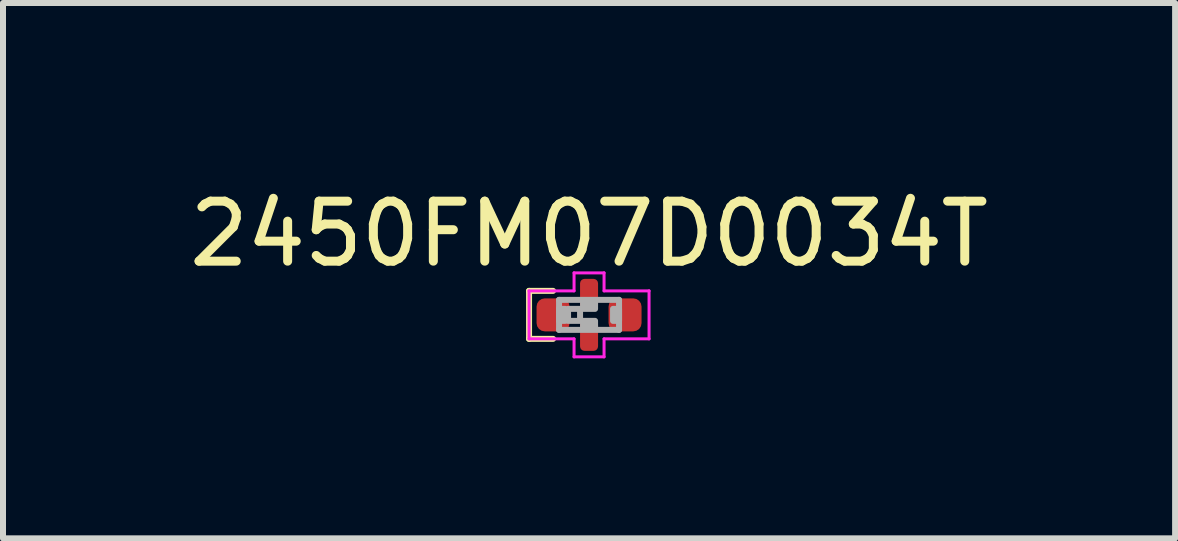
<source format=kicad_pcb>
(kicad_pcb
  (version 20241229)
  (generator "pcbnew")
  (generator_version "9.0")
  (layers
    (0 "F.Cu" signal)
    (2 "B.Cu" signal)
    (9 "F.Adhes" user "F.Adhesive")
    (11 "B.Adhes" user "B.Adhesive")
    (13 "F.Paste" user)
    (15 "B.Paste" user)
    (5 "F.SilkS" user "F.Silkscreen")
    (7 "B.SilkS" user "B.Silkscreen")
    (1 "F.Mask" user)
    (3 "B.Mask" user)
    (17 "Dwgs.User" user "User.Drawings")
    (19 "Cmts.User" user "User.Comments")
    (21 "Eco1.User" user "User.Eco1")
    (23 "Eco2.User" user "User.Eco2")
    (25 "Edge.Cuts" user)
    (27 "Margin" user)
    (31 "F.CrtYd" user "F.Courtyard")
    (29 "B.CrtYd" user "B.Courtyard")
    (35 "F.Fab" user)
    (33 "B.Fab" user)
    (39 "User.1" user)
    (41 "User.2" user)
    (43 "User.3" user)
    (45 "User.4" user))
  (footprint "2450FM07D0034T"
    (layer "F.Cu")
    (at 6.768 2.198)
    (property "Reference" "2450FM07D0034T" (at 0 -1.35 0) (layer "F.SilkS") (effects (font (size 1 1) (thickness 0.15))))
    (attr smd)
    (fp_line (start -1 -0.4) (end -1 0.4) (stroke (width 0.1) (type solid)) (layer "F.SilkS"))
    (fp_line (start -1 0.4) (end -0.6 0.4) (stroke (width 0.1) (type solid)) (layer "F.SilkS"))
    (fp_line (start -0.6 -0.4) (end -1 -0.4) (stroke (width 0.1) (type solid)) (layer "F.SilkS"))
    (fp_line (start -1 -0.4) (end -0.25 -0.4) (stroke (width 0.05) (type solid)) (layer "F.CrtYd"))
    (fp_line (start -1 0.4) (end -1 -0.4) (stroke (width 0.05) (type solid)) (layer "F.CrtYd"))
    (fp_line (start -0.25 -0.7) (end 0.25 -0.7) (stroke (width 0.05) (type solid)) (layer "F.CrtYd"))
    (fp_line (start -0.25 -0.4) (end -0.25 -0.7) (stroke (width 0.05) (type solid)) (layer "F.CrtYd"))
    (fp_line (start -0.25 0.4) (end -1 0.4) (stroke (width 0.05) (type solid)) (layer "F.CrtYd"))
    (fp_line (start -0.25 0.7) (end -0.25 0.4) (stroke (width 0.05) (type solid)) (layer "F.CrtYd"))
    (fp_line (start 0.25 -0.7) (end 0.25 -0.4) (stroke (width 0.05) (type solid)) (layer "F.CrtYd"))
    (fp_line (start 0.25 -0.4) (end 1 -0.4) (stroke (width 0.05) (type solid)) (layer "F.CrtYd"))
    (fp_line (start 0.25 0.4) (end 0.25 0.7) (stroke (width 0.05) (type solid)) (layer "F.CrtYd"))
    (fp_line (start 0.25 0.7) (end -0.25 0.7) (stroke (width 0.05) (type solid)) (layer "F.CrtYd"))
    (fp_line (start 1 -0.4) (end 1 0.4) (stroke (width 0.05) (type solid)) (layer "F.CrtYd"))
    (fp_line (start 1 0.4) (end 0.25 0.4) (stroke (width 0.05) (type solid)) (layer "F.CrtYd"))
    (fp_line (start -0.5 -0.25) (end -0.5 0.25) (stroke (width 0.1) (type solid)) (layer "F.Fab"))
    (fp_line (start -0.5 0.25) (end 0.5 0.25) (stroke (width 0.1) (type solid)) (layer "F.Fab"))
    (fp_line (start 0.5 -0.25) (end -0.5 -0.25) (stroke (width 0.1) (type solid)) (layer "F.Fab"))
    (fp_line (start 0.5 0.25) (end 0.5 -0.25) (stroke (width 0.1) (type solid)) (layer "F.Fab"))
    (fp_poly (pts (xy -0.4 -0.1) (xy -0.4 0.1) (xy -0.5 0.1) (xy -0.5 -0.1)) (stroke (width 0.1) (type solid)) (fill no) (layer "F.Fab"))
    (fp_poly (pts (xy -0.15 0.1) (xy -0.35 0.1) (xy -0.35 -0.1) (xy -0.15 -0.1)) (stroke (width 0.1) (type solid)) (fill no) (layer "F.Fab"))
    (fp_poly (pts (xy 0.1 -0.1) (xy -0.1 -0.1) (xy -0.1 -0.2) (xy 0.1 -0.2)) (stroke (width 0.1) (type solid)) (fill no) (layer "F.Fab"))
    (fp_poly (pts (xy 0.1 0.2) (xy -0.1 0.2) (xy -0.1 0.1) (xy 0.1 0.1)) (stroke (width 0.1) (type solid)) (fill no) (layer "F.Fab"))
    (fp_poly (pts (xy 0.5 -0.1) (xy 0.5 0.1) (xy 0.4 0.1) (xy 0.4 -0.1)) (stroke (width 0.1) (type solid)) (fill no) (layer "F.Fab"))
    (pad "1" smd roundrect (at -0.6 0) (size 0.55 0.55) (layers "F.Cu" "F.Mask" "F.Paste") (roundrect_rratio 0.25))
    (pad "2" smd roundrect (at 0 0.35) (size 0.3 0.5) (layers "F.Cu" "F.Mask" "F.Paste") (roundrect_rratio 0.25))
    (pad "3" smd roundrect (at 0.6 0) (size 0.55 0.55) (layers "F.Cu" "F.Mask" "F.Paste") (roundrect_rratio 0.25))
    (pad "4" smd roundrect (at 0 -0.35) (size 0.3 0.5) (layers "F.Cu" "F.Mask" "F.Paste") (roundrect_rratio 0.25)))
  (gr_rect
    (start -3 -3)
    (end 16.536 5.923)
    (stroke (width 0.1) (type default))
    (fill no)
    (layer "Edge.Cuts")))
</source>
